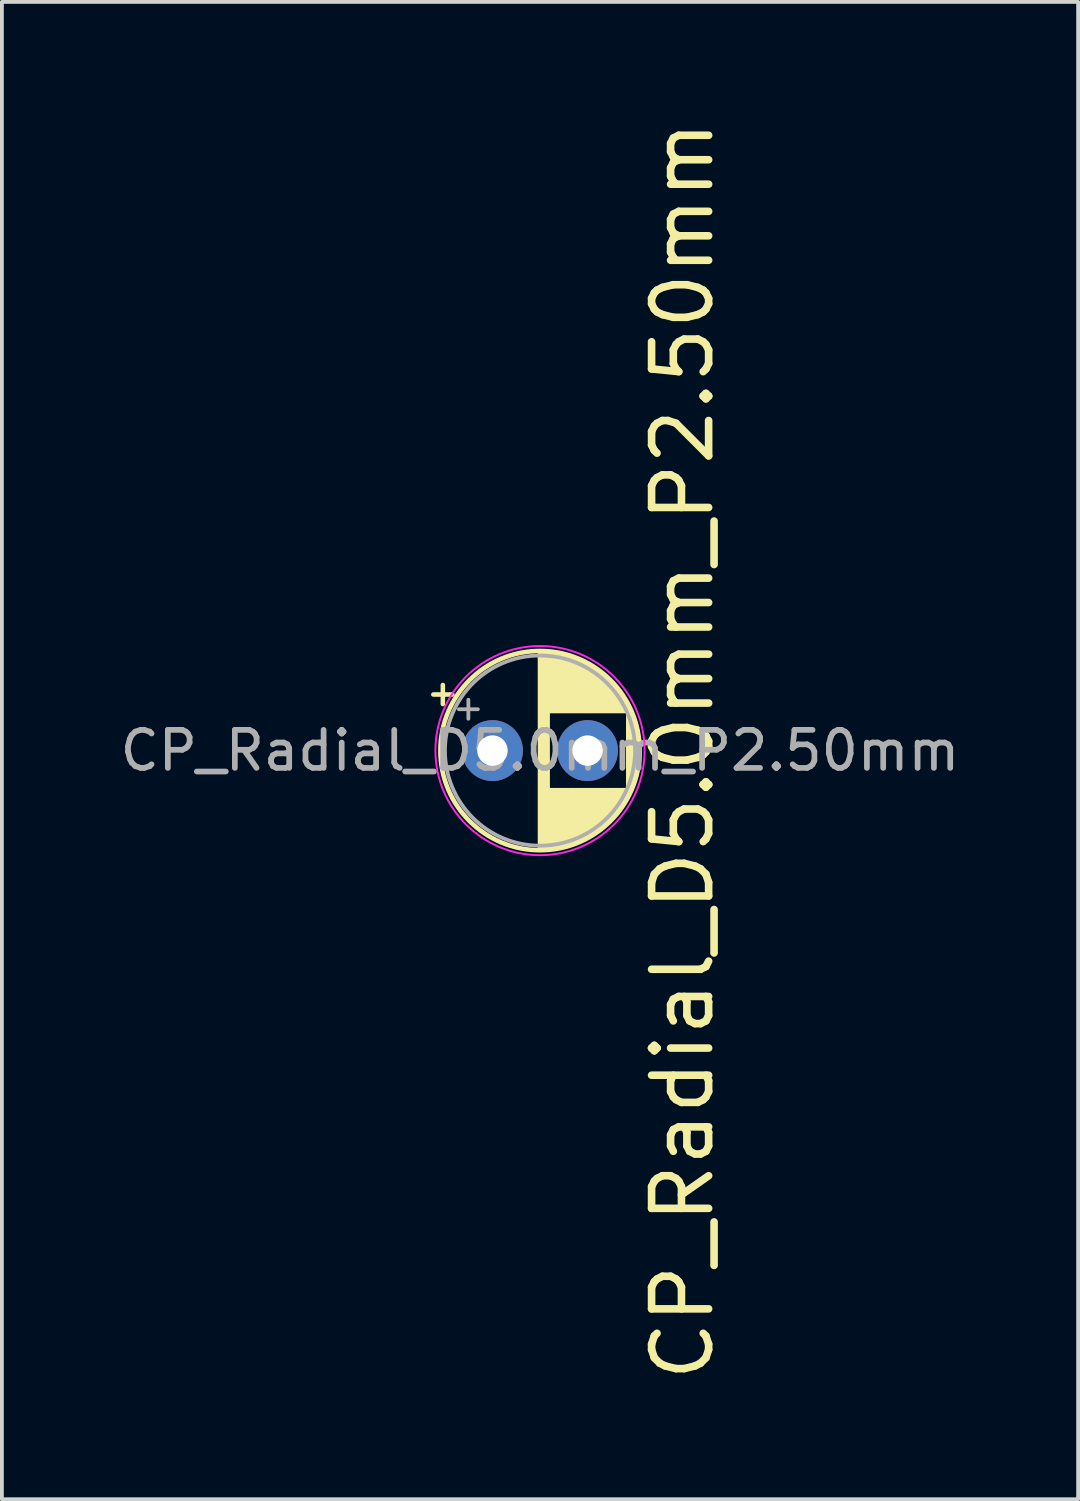
<source format=kicad_pcb>
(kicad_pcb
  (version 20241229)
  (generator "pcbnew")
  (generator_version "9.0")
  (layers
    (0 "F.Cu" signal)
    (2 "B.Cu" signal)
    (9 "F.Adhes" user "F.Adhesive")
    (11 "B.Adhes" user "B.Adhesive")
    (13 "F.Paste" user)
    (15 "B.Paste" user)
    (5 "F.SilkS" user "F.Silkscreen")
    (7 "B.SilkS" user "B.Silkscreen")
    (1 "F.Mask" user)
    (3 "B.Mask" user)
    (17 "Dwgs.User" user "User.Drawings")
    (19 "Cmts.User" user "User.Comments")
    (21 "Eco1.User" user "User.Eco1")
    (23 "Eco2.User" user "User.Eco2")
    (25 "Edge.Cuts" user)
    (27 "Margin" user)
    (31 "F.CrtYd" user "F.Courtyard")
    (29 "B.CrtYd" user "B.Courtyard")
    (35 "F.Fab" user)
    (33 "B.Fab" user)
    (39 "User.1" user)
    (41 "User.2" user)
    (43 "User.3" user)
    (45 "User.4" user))
  (footprint "CP_Radial_D5.0mm_P2.50mm"
    (layer "F.Cu")
    (at 9.899 16.686)
    (property "Reference" "CP_Radial_D5.0mm_P2.50mm" (at 5 0 90) (layer "F.SilkS") (effects (font (size 1.5 1.5) (thickness 0.2))))
    (attr through_hole)
    (fp_line (start -1.555 -1.475) (end -1.055 -1.475) (stroke (width 0.12) (type solid)) (layer "F.SilkS"))
    (fp_line (start -1.305 -1.725) (end -1.305 -1.225) (stroke (width 0.12) (type solid)) (layer "F.SilkS"))
    (fp_line (start 1.25 -2.58) (end 1.25 2.58) (stroke (width 0.12) (type solid)) (layer "F.SilkS"))
    (fp_line (start 1.29 -2.58) (end 1.29 2.58) (stroke (width 0.12) (type solid)) (layer "F.SilkS"))
    (fp_line (start 1.33 -2.579) (end 1.33 2.579) (stroke (width 0.12) (type solid)) (layer "F.SilkS"))
    (fp_line (start 1.37 -2.578) (end 1.37 2.578) (stroke (width 0.12) (type solid)) (layer "F.SilkS"))
    (fp_line (start 1.41 -2.576) (end 1.41 2.576) (stroke (width 0.12) (type solid)) (layer "F.SilkS"))
    (fp_line (start 1.45 -2.573) (end 1.45 2.573) (stroke (width 0.12) (type solid)) (layer "F.SilkS"))
    (fp_line (start 1.49 -2.569) (end 1.49 -1.04) (stroke (width 0.12) (type solid)) (layer "F.SilkS"))
    (fp_line (start 1.49 1.04) (end 1.49 2.569) (stroke (width 0.12) (type solid)) (layer "F.SilkS"))
    (fp_line (start 1.53 -2.565) (end 1.53 -1.04) (stroke (width 0.12) (type solid)) (layer "F.SilkS"))
    (fp_line (start 1.53 1.04) (end 1.53 2.565) (stroke (width 0.12) (type solid)) (layer "F.SilkS"))
    (fp_line (start 1.57 -2.561) (end 1.57 -1.04) (stroke (width 0.12) (type solid)) (layer "F.SilkS"))
    (fp_line (start 1.57 1.04) (end 1.57 2.561) (stroke (width 0.12) (type solid)) (layer "F.SilkS"))
    (fp_line (start 1.61 -2.556) (end 1.61 -1.04) (stroke (width 0.12) (type solid)) (layer "F.SilkS"))
    (fp_line (start 1.61 1.04) (end 1.61 2.556) (stroke (width 0.12) (type solid)) (layer "F.SilkS"))
    (fp_line (start 1.65 -2.55) (end 1.65 -1.04) (stroke (width 0.12) (type solid)) (layer "F.SilkS"))
    (fp_line (start 1.65 1.04) (end 1.65 2.55) (stroke (width 0.12) (type solid)) (layer "F.SilkS"))
    (fp_line (start 1.69 -2.543) (end 1.69 -1.04) (stroke (width 0.12) (type solid)) (layer "F.SilkS"))
    (fp_line (start 1.69 1.04) (end 1.69 2.543) (stroke (width 0.12) (type solid)) (layer "F.SilkS"))
    (fp_line (start 1.73 -2.536) (end 1.73 -1.04) (stroke (width 0.12) (type solid)) (layer "F.SilkS"))
    (fp_line (start 1.73 1.04) (end 1.73 2.536) (stroke (width 0.12) (type solid)) (layer "F.SilkS"))
    (fp_line (start 1.77 -2.528) (end 1.77 -1.04) (stroke (width 0.12) (type solid)) (layer "F.SilkS"))
    (fp_line (start 1.77 1.04) (end 1.77 2.528) (stroke (width 0.12) (type solid)) (layer "F.SilkS"))
    (fp_line (start 1.81 -2.52) (end 1.81 -1.04) (stroke (width 0.12) (type solid)) (layer "F.SilkS"))
    (fp_line (start 1.81 1.04) (end 1.81 2.52) (stroke (width 0.12) (type solid)) (layer "F.SilkS"))
    (fp_line (start 1.85 -2.511) (end 1.85 -1.04) (stroke (width 0.12) (type solid)) (layer "F.SilkS"))
    (fp_line (start 1.85 1.04) (end 1.85 2.511) (stroke (width 0.12) (type solid)) (layer "F.SilkS"))
    (fp_line (start 1.89 -2.501) (end 1.89 -1.04) (stroke (width 0.12) (type solid)) (layer "F.SilkS"))
    (fp_line (start 1.89 1.04) (end 1.89 2.501) (stroke (width 0.12) (type solid)) (layer "F.SilkS"))
    (fp_line (start 1.93 -2.491) (end 1.93 -1.04) (stroke (width 0.12) (type solid)) (layer "F.SilkS"))
    (fp_line (start 1.93 1.04) (end 1.93 2.491) (stroke (width 0.12) (type solid)) (layer "F.SilkS"))
    (fp_line (start 1.971 -2.48) (end 1.971 -1.04) (stroke (width 0.12) (type solid)) (layer "F.SilkS"))
    (fp_line (start 1.971 1.04) (end 1.971 2.48) (stroke (width 0.12) (type solid)) (layer "F.SilkS"))
    (fp_line (start 2.011 -2.468) (end 2.011 -1.04) (stroke (width 0.12) (type solid)) (layer "F.SilkS"))
    (fp_line (start 2.011 1.04) (end 2.011 2.468) (stroke (width 0.12) (type solid)) (layer "F.SilkS"))
    (fp_line (start 2.051 -2.455) (end 2.051 -1.04) (stroke (width 0.12) (type solid)) (layer "F.SilkS"))
    (fp_line (start 2.051 1.04) (end 2.051 2.455) (stroke (width 0.12) (type solid)) (layer "F.SilkS"))
    (fp_line (start 2.091 -2.442) (end 2.091 -1.04) (stroke (width 0.12) (type solid)) (layer "F.SilkS"))
    (fp_line (start 2.091 1.04) (end 2.091 2.442) (stroke (width 0.12) (type solid)) (layer "F.SilkS"))
    (fp_line (start 2.131 -2.428) (end 2.131 -1.04) (stroke (width 0.12) (type solid)) (layer "F.SilkS"))
    (fp_line (start 2.131 1.04) (end 2.131 2.428) (stroke (width 0.12) (type solid)) (layer "F.SilkS"))
    (fp_line (start 2.171 -2.414) (end 2.171 -1.04) (stroke (width 0.12) (type solid)) (layer "F.SilkS"))
    (fp_line (start 2.171 1.04) (end 2.171 2.414) (stroke (width 0.12) (type solid)) (layer "F.SilkS"))
    (fp_line (start 2.211 -2.398) (end 2.211 -1.04) (stroke (width 0.12) (type solid)) (layer "F.SilkS"))
    (fp_line (start 2.211 1.04) (end 2.211 2.398) (stroke (width 0.12) (type solid)) (layer "F.SilkS"))
    (fp_line (start 2.251 -2.382) (end 2.251 -1.04) (stroke (width 0.12) (type solid)) (layer "F.SilkS"))
    (fp_line (start 2.251 1.04) (end 2.251 2.382) (stroke (width 0.12) (type solid)) (layer "F.SilkS"))
    (fp_line (start 2.291 -2.365) (end 2.291 -1.04) (stroke (width 0.12) (type solid)) (layer "F.SilkS"))
    (fp_line (start 2.291 1.04) (end 2.291 2.365) (stroke (width 0.12) (type solid)) (layer "F.SilkS"))
    (fp_line (start 2.331 -2.348) (end 2.331 -1.04) (stroke (width 0.12) (type solid)) (layer "F.SilkS"))
    (fp_line (start 2.331 1.04) (end 2.331 2.348) (stroke (width 0.12) (type solid)) (layer "F.SilkS"))
    (fp_line (start 2.371 -2.329) (end 2.371 -1.04) (stroke (width 0.12) (type solid)) (layer "F.SilkS"))
    (fp_line (start 2.371 1.04) (end 2.371 2.329) (stroke (width 0.12) (type solid)) (layer "F.SilkS"))
    (fp_line (start 2.411 -2.31) (end 2.411 -1.04) (stroke (width 0.12) (type solid)) (layer "F.SilkS"))
    (fp_line (start 2.411 1.04) (end 2.411 2.31) (stroke (width 0.12) (type solid)) (layer "F.SilkS"))
    (fp_line (start 2.451 -2.29) (end 2.451 -1.04) (stroke (width 0.12) (type solid)) (layer "F.SilkS"))
    (fp_line (start 2.451 1.04) (end 2.451 2.29) (stroke (width 0.12) (type solid)) (layer "F.SilkS"))
    (fp_line (start 2.491 -2.268) (end 2.491 -1.04) (stroke (width 0.12) (type solid)) (layer "F.SilkS"))
    (fp_line (start 2.491 1.04) (end 2.491 2.268) (stroke (width 0.12) (type solid)) (layer "F.SilkS"))
    (fp_line (start 2.531 -2.247) (end 2.531 -1.04) (stroke (width 0.12) (type solid)) (layer "F.SilkS"))
    (fp_line (start 2.531 1.04) (end 2.531 2.247) (stroke (width 0.12) (type solid)) (layer "F.SilkS"))
    (fp_line (start 2.571 -2.224) (end 2.571 -1.04) (stroke (width 0.12) (type solid)) (layer "F.SilkS"))
    (fp_line (start 2.571 1.04) (end 2.571 2.224) (stroke (width 0.12) (type solid)) (layer "F.SilkS"))
    (fp_line (start 2.611 -2.2) (end 2.611 -1.04) (stroke (width 0.12) (type solid)) (layer "F.SilkS"))
    (fp_line (start 2.611 1.04) (end 2.611 2.2) (stroke (width 0.12) (type solid)) (layer "F.SilkS"))
    (fp_line (start 2.651 -2.175) (end 2.651 -1.04) (stroke (width 0.12) (type solid)) (layer "F.SilkS"))
    (fp_line (start 2.651 1.04) (end 2.651 2.175) (stroke (width 0.12) (type solid)) (layer "F.SilkS"))
    (fp_line (start 2.691 -2.149) (end 2.691 -1.04) (stroke (width 0.12) (type solid)) (layer "F.SilkS"))
    (fp_line (start 2.691 1.04) (end 2.691 2.149) (stroke (width 0.12) (type solid)) (layer "F.SilkS"))
    (fp_line (start 2.731 -2.122) (end 2.731 -1.04) (stroke (width 0.12) (type solid)) (layer "F.SilkS"))
    (fp_line (start 2.731 1.04) (end 2.731 2.122) (stroke (width 0.12) (type solid)) (layer "F.SilkS"))
    (fp_line (start 2.771 -2.095) (end 2.771 -1.04) (stroke (width 0.12) (type solid)) (layer "F.SilkS"))
    (fp_line (start 2.771 1.04) (end 2.771 2.095) (stroke (width 0.12) (type solid)) (layer "F.SilkS"))
    (fp_line (start 2.811 -2.065) (end 2.811 -1.04) (stroke (width 0.12) (type solid)) (layer "F.SilkS"))
    (fp_line (start 2.811 1.04) (end 2.811 2.065) (stroke (width 0.12) (type solid)) (layer "F.SilkS"))
    (fp_line (start 2.851 -2.035) (end 2.851 -1.04) (stroke (width 0.12) (type solid)) (layer "F.SilkS"))
    (fp_line (start 2.851 1.04) (end 2.851 2.035) (stroke (width 0.12) (type solid)) (layer "F.SilkS"))
    (fp_line (start 2.891 -2.004) (end 2.891 -1.04) (stroke (width 0.12) (type solid)) (layer "F.SilkS"))
    (fp_line (start 2.891 1.04) (end 2.891 2.004) (stroke (width 0.12) (type solid)) (layer "F.SilkS"))
    (fp_line (start 2.931 -1.971) (end 2.931 -1.04) (stroke (width 0.12) (type solid)) (layer "F.SilkS"))
    (fp_line (start 2.931 1.04) (end 2.931 1.971) (stroke (width 0.12) (type solid)) (layer "F.SilkS"))
    (fp_line (start 2.971 -1.937) (end 2.971 -1.04) (stroke (width 0.12) (type solid)) (layer "F.SilkS"))
    (fp_line (start 2.971 1.04) (end 2.971 1.937) (stroke (width 0.12) (type solid)) (layer "F.SilkS"))
    (fp_line (start 3.011 -1.901) (end 3.011 -1.04) (stroke (width 0.12) (type solid)) (layer "F.SilkS"))
    (fp_line (start 3.011 1.04) (end 3.011 1.901) (stroke (width 0.12) (type solid)) (layer "F.SilkS"))
    (fp_line (start 3.051 -1.864) (end 3.051 -1.04) (stroke (width 0.12) (type solid)) (layer "F.SilkS"))
    (fp_line (start 3.051 1.04) (end 3.051 1.864) (stroke (width 0.12) (type solid)) (layer "F.SilkS"))
    (fp_line (start 3.091 -1.826) (end 3.091 -1.04) (stroke (width 0.12) (type solid)) (layer "F.SilkS"))
    (fp_line (start 3.091 1.04) (end 3.091 1.826) (stroke (width 0.12) (type solid)) (layer "F.SilkS"))
    (fp_line (start 3.131 -1.785) (end 3.131 -1.04) (stroke (width 0.12) (type solid)) (layer "F.SilkS"))
    (fp_line (start 3.131 1.04) (end 3.131 1.785) (stroke (width 0.12) (type solid)) (layer "F.SilkS"))
    (fp_line (start 3.171 -1.743) (end 3.171 -1.04) (stroke (width 0.12) (type solid)) (layer "F.SilkS"))
    (fp_line (start 3.171 1.04) (end 3.171 1.743) (stroke (width 0.12) (type solid)) (layer "F.SilkS"))
    (fp_line (start 3.211 -1.699) (end 3.211 -1.04) (stroke (width 0.12) (type solid)) (layer "F.SilkS"))
    (fp_line (start 3.211 1.04) (end 3.211 1.699) (stroke (width 0.12) (type solid)) (layer "F.SilkS"))
    (fp_line (start 3.251 -1.653) (end 3.251 -1.04) (stroke (width 0.12) (type solid)) (layer "F.SilkS"))
    (fp_line (start 3.251 1.04) (end 3.251 1.653) (stroke (width 0.12) (type solid)) (layer "F.SilkS"))
    (fp_line (start 3.291 -1.605) (end 3.291 -1.04) (stroke (width 0.12) (type solid)) (layer "F.SilkS"))
    (fp_line (start 3.291 1.04) (end 3.291 1.605) (stroke (width 0.12) (type solid)) (layer "F.SilkS"))
    (fp_line (start 3.331 -1.554) (end 3.331 -1.04) (stroke (width 0.12) (type solid)) (layer "F.SilkS"))
    (fp_line (start 3.331 1.04) (end 3.331 1.554) (stroke (width 0.12) (type solid)) (layer "F.SilkS"))
    (fp_line (start 3.371 -1.5) (end 3.371 -1.04) (stroke (width 0.12) (type solid)) (layer "F.SilkS"))
    (fp_line (start 3.371 1.04) (end 3.371 1.5) (stroke (width 0.12) (type solid)) (layer "F.SilkS"))
    (fp_line (start 3.411 -1.443) (end 3.411 -1.04) (stroke (width 0.12) (type solid)) (layer "F.SilkS"))
    (fp_line (start 3.411 1.04) (end 3.411 1.443) (stroke (width 0.12) (type solid)) (layer "F.SilkS"))
    (fp_line (start 3.451 -1.383) (end 3.451 -1.04) (stroke (width 0.12) (type solid)) (layer "F.SilkS"))
    (fp_line (start 3.451 1.04) (end 3.451 1.383) (stroke (width 0.12) (type solid)) (layer "F.SilkS"))
    (fp_line (start 3.491 -1.319) (end 3.491 -1.04) (stroke (width 0.12) (type solid)) (layer "F.SilkS"))
    (fp_line (start 3.491 1.04) (end 3.491 1.319) (stroke (width 0.12) (type solid)) (layer "F.SilkS"))
    (fp_line (start 3.531 -1.251) (end 3.531 -1.04) (stroke (width 0.12) (type solid)) (layer "F.SilkS"))
    (fp_line (start 3.531 1.04) (end 3.531 1.251) (stroke (width 0.12) (type solid)) (layer "F.SilkS"))
    (fp_line (start 3.571 -1.178) (end 3.571 1.178) (stroke (width 0.12) (type solid)) (layer "F.SilkS"))
    (fp_line (start 3.611 -1.098) (end 3.611 1.098) (stroke (width 0.12) (type solid)) (layer "F.SilkS"))
    (fp_line (start 3.651 -1.011) (end 3.651 1.011) (stroke (width 0.12) (type solid)) (layer "F.SilkS"))
    (fp_line (start 3.691 -0.915) (end 3.691 0.915) (stroke (width 0.12) (type solid)) (layer "F.SilkS"))
    (fp_line (start 3.731 -0.805) (end 3.731 0.805) (stroke (width 0.12) (type solid)) (layer "F.SilkS"))
    (fp_line (start 3.771 -0.677) (end 3.771 0.677) (stroke (width 0.12) (type solid)) (layer "F.SilkS"))
    (fp_line (start 3.811 -0.518) (end 3.811 0.518) (stroke (width 0.12) (type solid)) (layer "F.SilkS"))
    (fp_line (start 3.851 -0.284) (end 3.851 0.284) (stroke (width 0.12) (type solid)) (layer "F.SilkS"))
    (fp_circle (center 1.25 0) (end 3.87 0) (stroke (width 0.12) (type solid)) (fill no) (layer "F.SilkS"))
    (fp_circle (center 1.25 0) (end 4 0) (stroke (width 0.05) (type solid)) (fill no) (layer "F.CrtYd"))
    (fp_line (start -0.884 -1.087) (end -0.384 -1.087) (stroke (width 0.1) (type solid)) (layer "F.Fab"))
    (fp_line (start -0.634 -1.337) (end -0.634 -0.838) (stroke (width 0.1) (type solid)) (layer "F.Fab"))
    (fp_circle (center 1.25 0) (end 3.75 0) (stroke (width 0.1) (type solid)) (fill no) (layer "F.Fab"))
    (fp_text user "${REFERENCE}" (at 1.25 0 0) (layer "F.Fab") (effects (font (size 1 1) (thickness 0.15))))
    (pad "1" thru_hole circle (at 0 0) (size 1.6 1.6) (drill 0.8) (layers "*.Cu" "*.Mask"))
    (pad "2" thru_hole circle (at 2.5 0) (size 1.6 1.6) (drill 0.8) (layers "*.Cu" "*.Mask")))
  (gr_rect
    (start -3 -3)
    (end 25.298 36.371)
    (stroke (width 0.1) (type default))
    (fill no)
    (layer "Edge.Cuts")))
</source>
